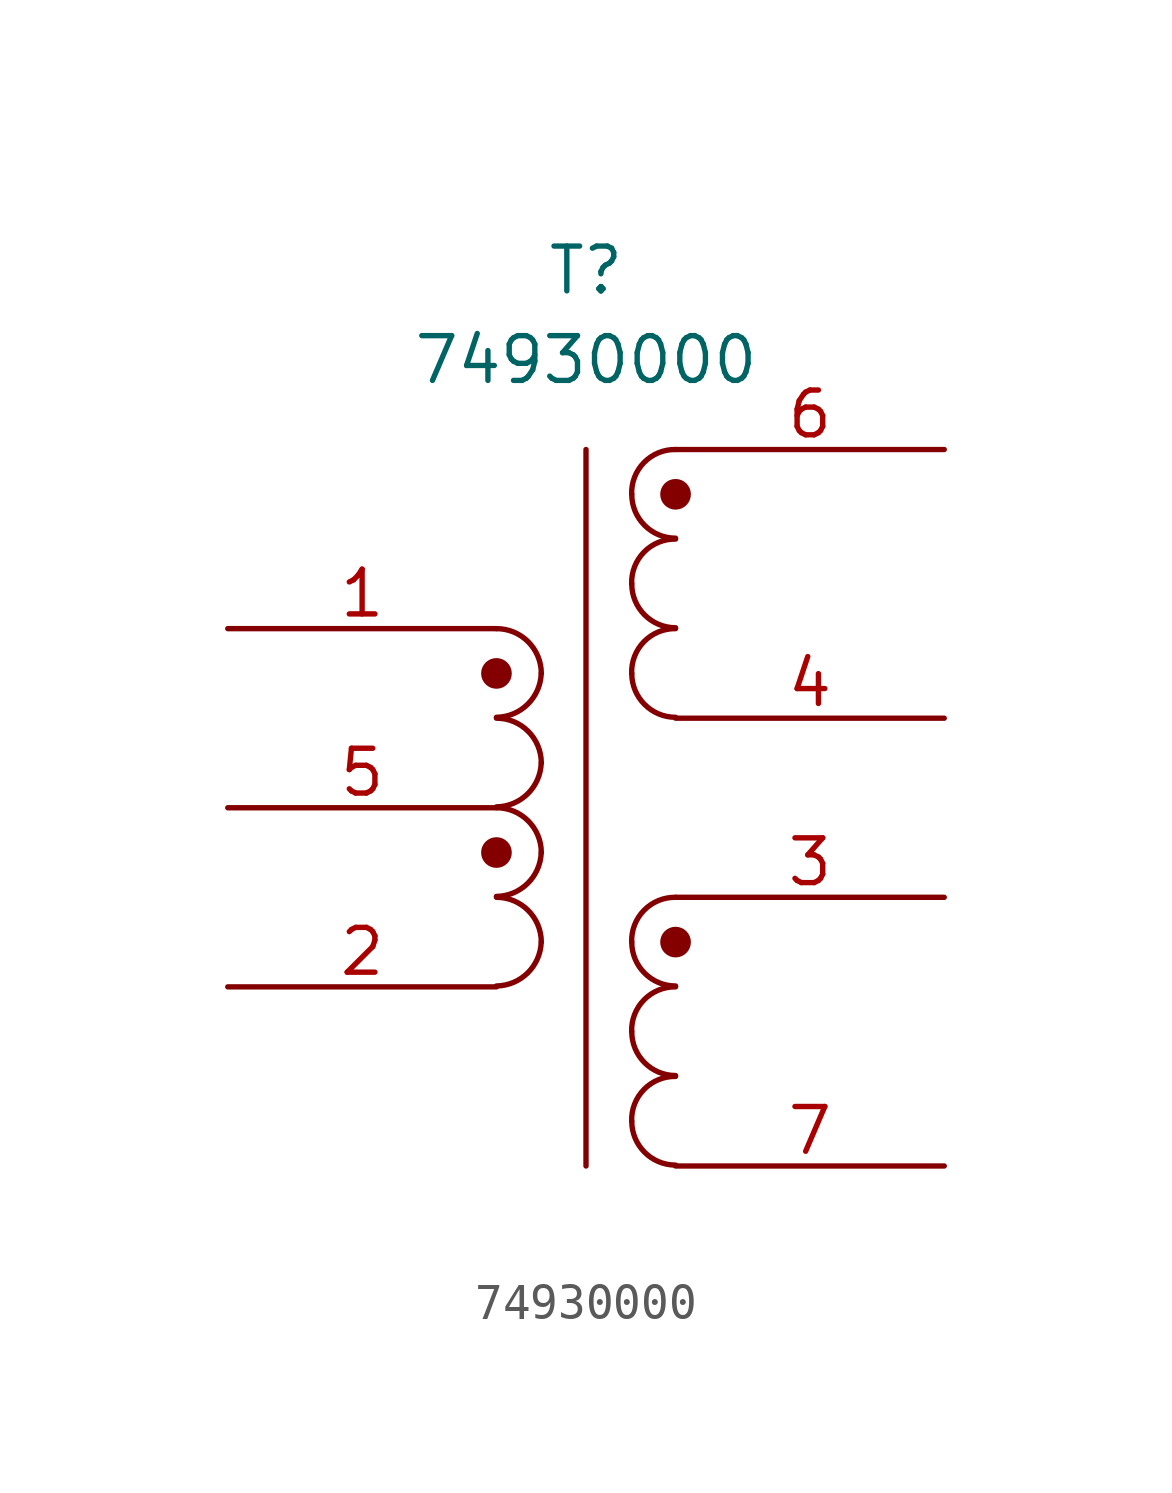
<source format=kicad_sym>
(kicad_symbol_lib
  (version 20241209)
  (generator "kicad_symbol_editor")
  (generator_version "9.0")
  (symbol "74930000"
    (pin_names
      (hide yes))
    (property "Reference" "T"
      (at 0 5.08 0)
      (effects (font (size 1.27 1.27))))
    (property "Value" "74930000"
      (at 0 2.54 0)
      (effects (font (size 1.27 1.27))))
    (symbol "74930000_0_1"
      (arc (start -1.27 -6.35) (mid -1.656 -7.2264) (end -2.54 -7.5946) (stroke (width 0) (type default)) (fill (type none)))
      (arc (start -1.27 -8.89) (mid -1.656 -9.7664) (end -2.54 -10.1346) (stroke (width 0) (type default)) (fill (type none)))
      (arc (start -1.27 -11.43) (mid -1.656 -12.3064) (end -2.54 -12.6746) (stroke (width 0) (type default)) (fill (type none)))
      (arc (start -1.27 -13.97) (mid -1.656 -14.8464) (end -2.54 -15.2146) (stroke (width 0) (type default)) (fill (type none)))
      (arc (start -2.54 -5.08) (mid -1.642 -5.452) (end -1.27 -6.35) (stroke (width 0) (type default)) (fill (type none)))
      (arc (start -2.54 -7.62) (mid -1.642 -7.992) (end -1.27 -8.89) (stroke (width 0) (type default)) (fill (type none)))
      (arc (start -2.54 -10.16) (mid -1.642 -10.532) (end -1.27 -11.43) (stroke (width 0) (type default)) (fill (type none)))
      (arc (start -2.54 -12.7) (mid -1.642 -13.072) (end -1.27 -13.97) (stroke (width 0) (type default)) (fill (type none)))
      (polyline (pts (xy 0 0) (xy 0 -20.32)) (stroke (width 0) (type default)) (fill (type none)))
      (arc (start 1.2954 -1.27) (mid 1.6457 -0.3683) (end 2.54 0) (stroke (width 0) (type default)) (fill (type none)))
      (arc (start 1.2954 -3.81) (mid 1.6457 -2.9083) (end 2.54 -2.54) (stroke (width 0) (type default)) (fill (type none)))
      (arc (start 1.2954 -6.35) (mid 1.6457 -5.4483) (end 2.54 -5.08) (stroke (width 0) (type default)) (fill (type none)))
      (arc (start 1.2954 -13.97) (mid 1.6457 -13.0683) (end 2.54 -12.7) (stroke (width 0) (type default)) (fill (type none)))
      (arc (start 1.2954 -16.51) (mid 1.6457 -15.6083) (end 2.54 -15.24) (stroke (width 0) (type default)) (fill (type none)))
      (arc (start 1.2954 -19.05) (mid 1.6457 -18.1483) (end 2.54 -17.78) (stroke (width 0) (type default)) (fill (type none)))
      (arc (start 2.54 -2.5146) (mid 1.6599 -2.1501) (end 1.2954 -1.27) (stroke (width 0) (type default)) (fill (type none)))
      (arc (start 2.54 -5.0546) (mid 1.6599 -4.6901) (end 1.2954 -3.81) (stroke (width 0) (type default)) (fill (type none)))
      (arc (start 2.54 -7.5946) (mid 1.6599 -7.2301) (end 1.2954 -6.35) (stroke (width 0) (type default)) (fill (type none)))
      (arc (start 2.54 -15.2146) (mid 1.6599 -14.8501) (end 1.2954 -13.97) (stroke (width 0) (type default)) (fill (type none)))
      (arc (start 2.54 -17.7546) (mid 1.6599 -17.3901) (end 1.2954 -16.51) (stroke (width 0) (type default)) (fill (type none)))
      (arc (start 2.54 -20.2946) (mid 1.6599 -19.9301) (end 1.2954 -19.05) (stroke (width 0) (type default)) (fill (type none))))
    (symbol "74930000_1_1"
      (circle (center -2.54 -6.35) (radius 0.359) (stroke (width 0) (type solid)) (fill (type outline)))
      (circle (center -2.54 -11.43) (radius 0.359) (stroke (width 0) (type solid)) (fill (type outline)))
      (circle (center 2.54 -1.27) (radius 0.359) (stroke (width 0) (type solid)) (fill (type outline)))
      (circle (center 2.54 -13.97) (radius 0.359) (stroke (width 0) (type solid)) (fill (type outline)))
      (pin passive line (at -10.16 -5.08 0) (length 7.62) (name "IN+" (effects (font (size 1.27 1.27)))) (number "1" (effects (font (size 1.27 1.27)))))
      (pin passive line (at -10.16 -10.16 0) (length 7.62) (name "PM" (effects (font (size 1.27 1.27)))) (number "5" (effects (font (size 1.27 1.27)))))
      (pin passive line (at -10.16 -15.24 0) (length 7.62) (name "IN-" (effects (font (size 1.27 1.27)))) (number "2" (effects (font (size 1.27 1.27)))))
      (pin passive line (at 10.16 0 180) (length 7.62) (name "OUT1A" (effects (font (size 1.27 1.27)))) (number "6" (effects (font (size 1.27 1.27)))))
      (pin passive line (at 10.16 -7.62 180) (length 7.62) (name "OUT1B" (effects (font (size 1.27 1.27)))) (number "4" (effects (font (size 1.27 1.27)))))
      (pin passive line (at 10.16 -12.7 180) (length 7.62) (name "OUT2A" (effects (font (size 1.27 1.27)))) (number "3" (effects (font (size 1.27 1.27)))))
      (pin passive line (at 10.16 -20.32 180) (length 7.62) (name "OUT2B" (effects (font (size 1.27 1.27)))) (number "7" (effects (font (size 1.27 1.27))))))))
</source>
